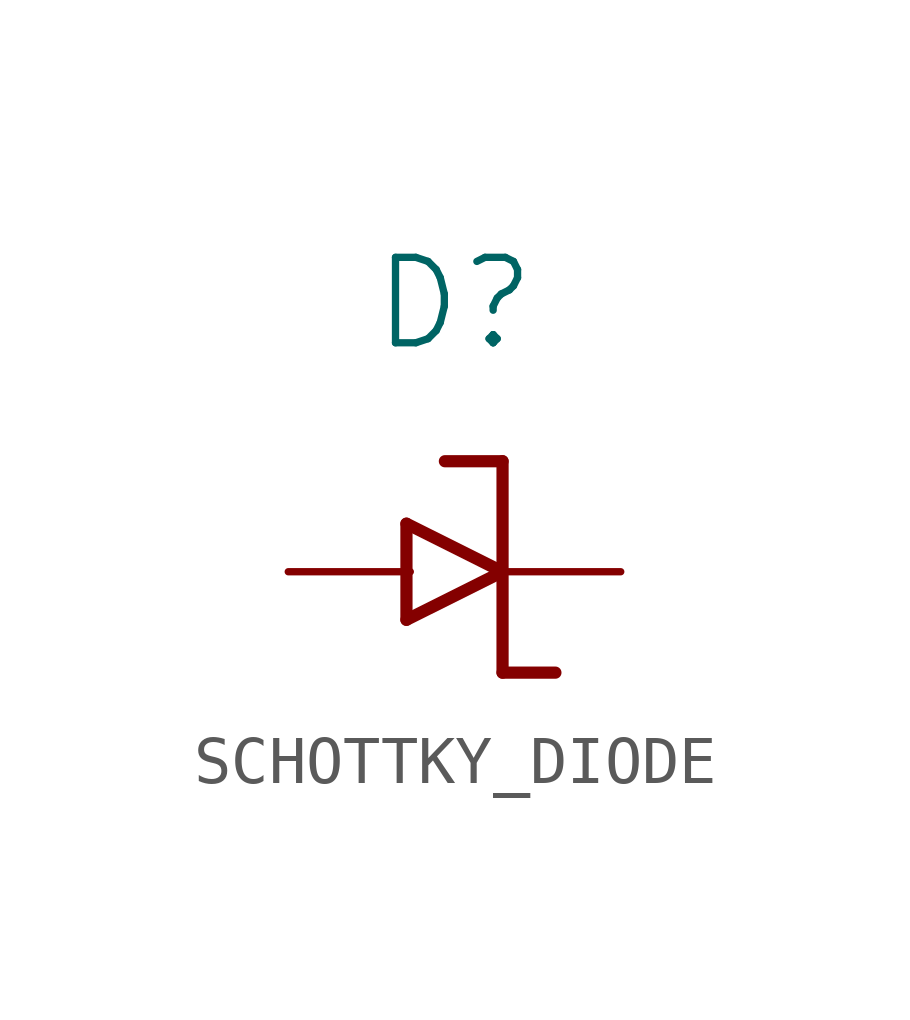
<source format=kicad_sym>
(kicad_symbol_lib
  (version 20241209)
  (generator "kicad_symbol_editor")
  (generator_version "9.0")
  (symbol "SCHOTTKY_DIODE"
    (property "Reference" "D"
      (at 0 4.54 0)
      (effects (font (size 1.778 1.778)) (justify bottom)))
    (property "ki_locked" ""
      (at 0 0 0)
      (effects (font (size 1.27 1.27))))
    (symbol "SCHOTTKY_DIODE_1_0"
      (polyline (pts (xy -1 1) (xy -1 -1)) (stroke (width 0.254) (type solid)) (fill (type none)))
      (polyline (pts (xy -1 -1) (xy 1 0)) (stroke (width 0.254) (type solid)) (fill (type none)))
      (polyline (pts (xy 1 2.3) (xy -0.2 2.3)) (stroke (width 0.254) (type solid)) (fill (type none)))
      (polyline (pts (xy 1 0) (xy -1 1)) (stroke (width 0.254) (type solid)) (fill (type none)))
      (polyline (pts (xy 1 0) (xy 1 2.3)) (stroke (width 0.254) (type solid)) (fill (type none)))
      (polyline (pts (xy 1 0) (xy 1 -2.1)) (stroke (width 0.254) (type solid)) (fill (type none)))
      (polyline (pts (xy 1 -2.1) (xy 2.1 -2.1)) (stroke (width 0.254) (type solid)) (fill (type none)))
      (pin bidirectional line (at -3.46 0 0) (length 2.54) (name "A" (effects (font (size 0 0)))) (number "A" (effects (font (size 0 0)))))
      (pin bidirectional line (at 3.46 0 180) (length 2.54) (name "C" (effects (font (size 0 0)))) (number "K" (effects (font (size 0 0))))))))
</source>
